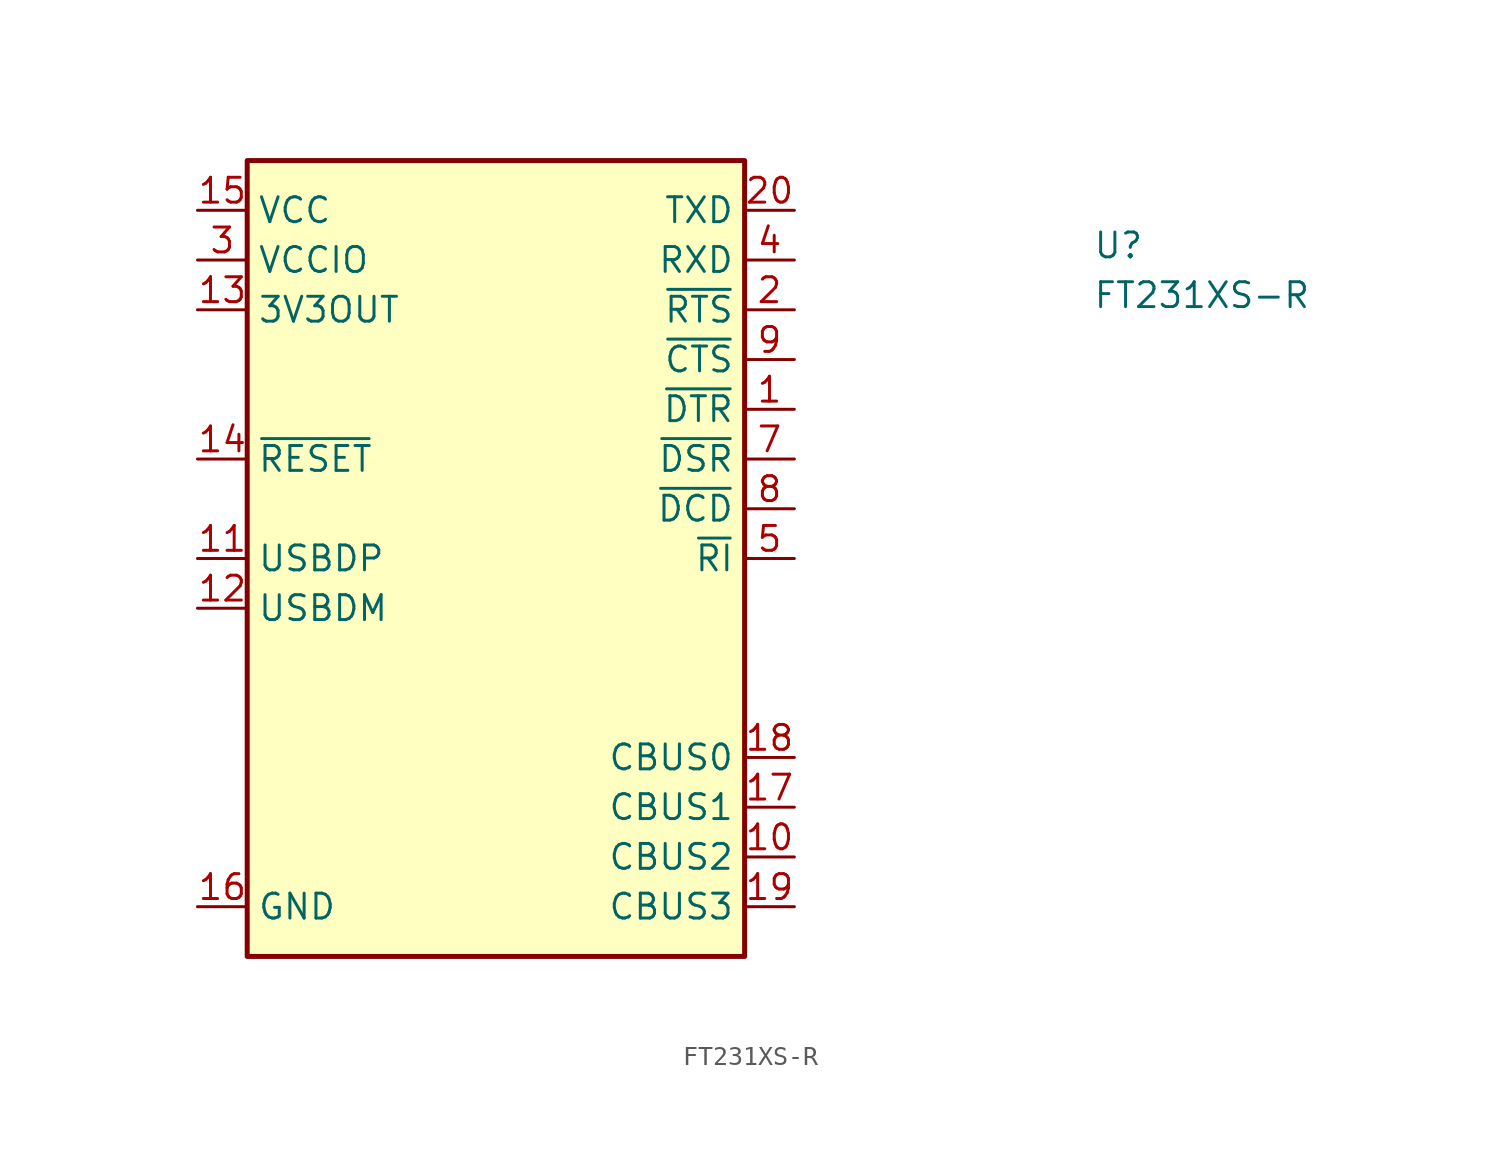
<source format=kicad_sym>
(kicad_symbol_lib
  (version 20211014)
  (generator kicad_symbol_editor)
  (symbol "FT231XS-R"
    (property "Reference" "U"
      (at 45.72 -2.54 0)
      (effects (font (size 1.27 1.27) (thickness 0.15)) (justify left bottom)))
    (property "Value" "FT231XS-R"
      (at 45.72 -5.08 0)
      (effects (font (size 1.27 1.27) (thickness 0.15)) (justify left bottom)))
    (symbol "FT231XS-R_1_1"
      (rectangle (start 2.54 -38.1) (end 27.94 2.54) (stroke (width 0.254) (type default) (color 0 0 0 0)) (fill (type background)))
      (pin output line (at 30.48 -10.16 180) (length 2.54) (name "~{DTR}" (effects (font (size 1.27 1.27)))) (number "1" (effects (font (size 1.27 1.27)))))
      (pin bidirectional line (at 30.48 -33.02 180) (length 2.54) (name "CBUS2" (effects (font (size 1.27 1.27)))) (number "10" (effects (font (size 1.27 1.27)))))
      (pin input line (at 0 -17.78 0) (length 2.54) (name "USBDP" (effects (font (size 1.27 1.27)))) (number "11" (effects (font (size 1.27 1.27)))))
      (pin input line (at 0 -20.32 0) (length 2.54) (name "USBDM" (effects (font (size 1.27 1.27)))) (number "12" (effects (font (size 1.27 1.27)))))
      (pin power_in line (at 0 -5.08 0) (length 2.54) (name "3V3OUT" (effects (font (size 1.27 1.27)))) (number "13" (effects (font (size 1.27 1.27)))))
      (pin input line (at 0 -12.7 0) (length 2.54) (name "~{RESET}" (effects (font (size 1.27 1.27)))) (number "14" (effects (font (size 1.27 1.27)))))
      (pin power_in line (at 0 0 0) (length 2.54) (name "VCC" (effects (font (size 1.27 1.27)))) (number "15" (effects (font (size 1.27 1.27)))))
      (pin power_in line (at 0 -35.56 0) (length 2.54) (name "GND" (effects (font (size 1.27 1.27)))) (number "16" (effects (font (size 1.27 1.27)))))
      (pin bidirectional line (at 30.48 -30.48 180) (length 2.54) (name "CBUS1" (effects (font (size 1.27 1.27)))) (number "17" (effects (font (size 1.27 1.27)))))
      (pin bidirectional line (at 30.48 -27.94 180) (length 2.54) (name "CBUS0" (effects (font (size 1.27 1.27)))) (number "18" (effects (font (size 1.27 1.27)))))
      (pin bidirectional line (at 30.48 -35.56 180) (length 2.54) (name "CBUS3" (effects (font (size 1.27 1.27)))) (number "19" (effects (font (size 1.27 1.27)))))
      (pin output line (at 30.48 -5.08 180) (length 2.54) (name "~{RTS}" (effects (font (size 1.27 1.27)))) (number "2" (effects (font (size 1.27 1.27)))))
      (pin output line (at 30.48 0 180) (length 2.54) (name "TXD" (effects (font (size 1.27 1.27)))) (number "20" (effects (font (size 1.27 1.27)))))
      (pin power_in line (at 0 -2.54 0) (length 2.54) (name "VCCIO" (effects (font (size 1.27 1.27)))) (number "3" (effects (font (size 1.27 1.27)))))
      (pin input line (at 30.48 -2.54 180) (length 2.54) (name "RXD" (effects (font (size 1.27 1.27)))) (number "4" (effects (font (size 1.27 1.27)))))
      (pin input line (at 30.48 -17.78 180) (length 2.54) (name "~{RI}" (effects (font (size 1.27 1.27)))) (number "5" (effects (font (size 1.27 1.27)))))
      (pin passive line (at 0 -35.56 0) (length 2.54) hide (name "GND" (effects (font (size 1.27 1.27)))) (number "6" (effects (font (size 1.27 1.27)))))
      (pin input line (at 30.48 -12.7 180) (length 2.54) (name "~{DSR}" (effects (font (size 1.27 1.27)))) (number "7" (effects (font (size 1.27 1.27)))))
      (pin input line (at 30.48 -15.24 180) (length 2.54) (name "~{DCD}" (effects (font (size 1.27 1.27)))) (number "8" (effects (font (size 1.27 1.27)))))
      (pin input line (at 30.48 -7.62 180) (length 2.54) (name "~{CTS}" (effects (font (size 1.27 1.27)))) (number "9" (effects (font (size 1.27 1.27))))))))
</source>
